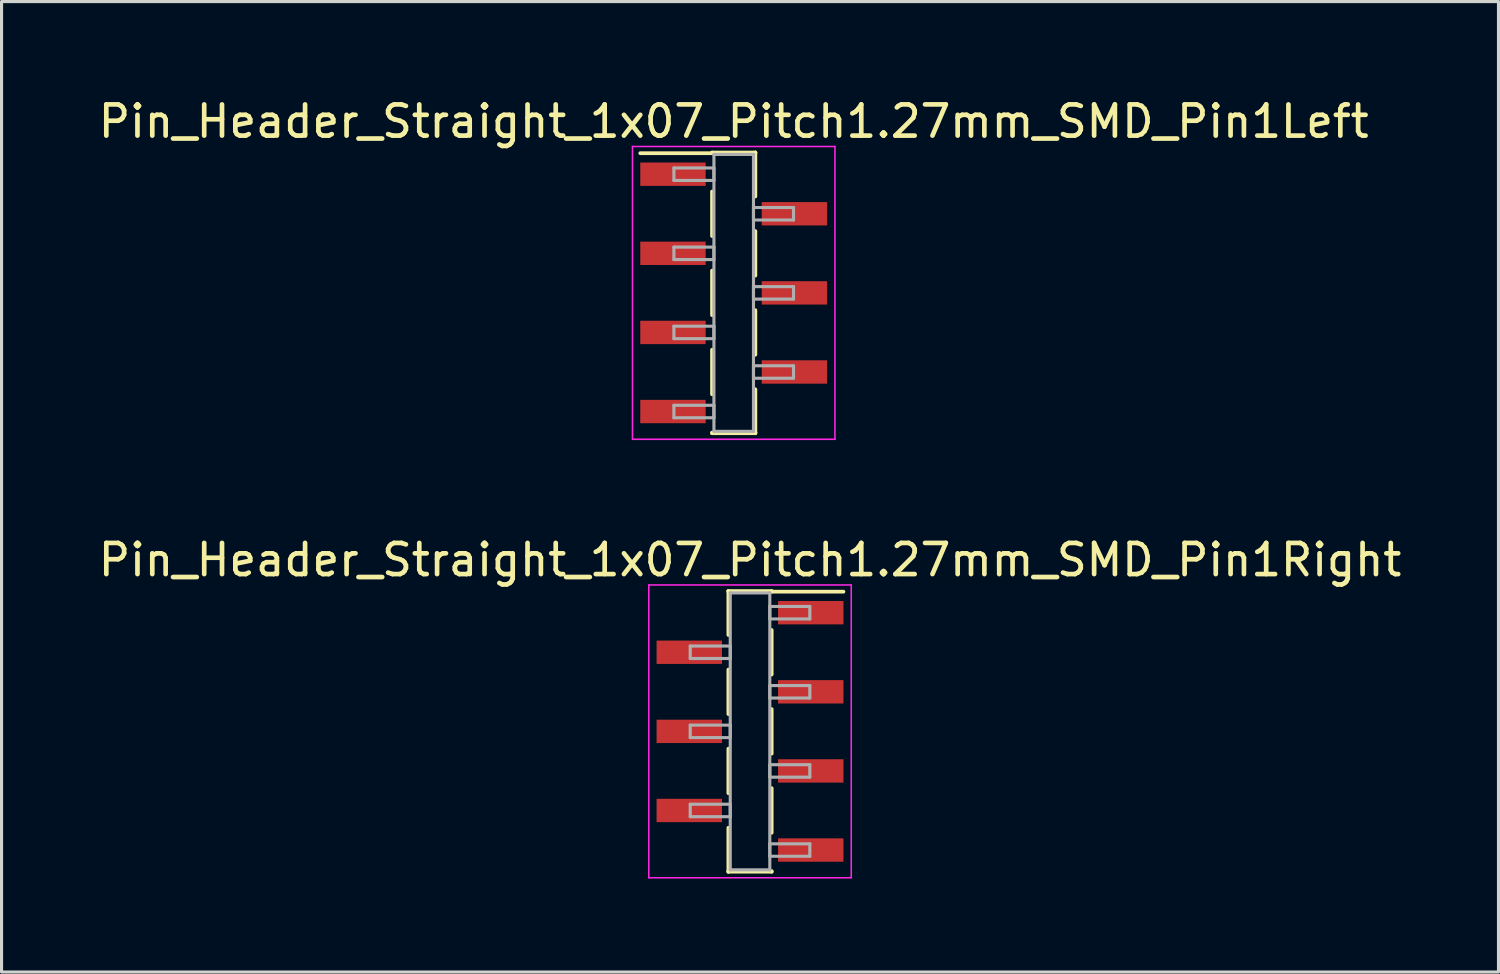
<source format=kicad_pcb>
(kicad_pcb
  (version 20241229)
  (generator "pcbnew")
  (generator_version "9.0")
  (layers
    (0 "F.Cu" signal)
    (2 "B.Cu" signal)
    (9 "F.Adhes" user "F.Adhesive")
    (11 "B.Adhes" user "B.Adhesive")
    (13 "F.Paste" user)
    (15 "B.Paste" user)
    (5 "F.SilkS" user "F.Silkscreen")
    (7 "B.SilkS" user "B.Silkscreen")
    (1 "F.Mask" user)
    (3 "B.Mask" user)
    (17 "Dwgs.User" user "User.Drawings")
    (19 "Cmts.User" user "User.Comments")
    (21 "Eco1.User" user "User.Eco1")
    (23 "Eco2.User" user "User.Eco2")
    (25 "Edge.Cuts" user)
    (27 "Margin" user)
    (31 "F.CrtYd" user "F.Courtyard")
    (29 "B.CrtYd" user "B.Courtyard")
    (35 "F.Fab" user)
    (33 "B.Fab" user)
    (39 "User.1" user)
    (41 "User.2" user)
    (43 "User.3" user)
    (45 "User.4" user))
  (footprint "Pin_Header_Straight_1x07_Pitch1.27mm_SMD_Pin1Left"
    (layer "F.Cu")
    (at 20.506 6.353)
    (property "Reference" "Pin_Header_Straight_1x07_Pitch1.27mm_SMD_Pin1Left" (at 0 -5.505 0) (layer "F.SilkS") (effects (font (size 1 1) (thickness 0.15))))
    (attr smd)
    (fp_line (start -0.695 -4.505) (end 0.695 -4.505) (stroke (width 0.12) (type solid)) (layer "F.SilkS"))
    (fp_line (start -0.695 -4.485) (end -3 -4.485) (stroke (width 0.12) (type solid)) (layer "F.SilkS"))
    (fp_line (start -0.695 -4.485) (end -0.695 -4.505) (stroke (width 0.12) (type solid)) (layer "F.SilkS"))
    (fp_line (start -0.695 -3.255) (end -0.695 -1.825) (stroke (width 0.12) (type solid)) (layer "F.SilkS"))
    (fp_line (start -0.695 -0.715) (end -0.695 0.715) (stroke (width 0.12) (type solid)) (layer "F.SilkS"))
    (fp_line (start -0.695 1.825) (end -0.695 3.255) (stroke (width 0.12) (type solid)) (layer "F.SilkS"))
    (fp_line (start -0.695 4.485) (end -0.695 4.505) (stroke (width 0.12) (type solid)) (layer "F.SilkS"))
    (fp_line (start -0.695 4.505) (end 0.695 4.505) (stroke (width 0.12) (type solid)) (layer "F.SilkS"))
    (fp_line (start 0.695 -4.505) (end 0.695 -4.485) (stroke (width 0.12) (type solid)) (layer "F.SilkS"))
    (fp_line (start 0.695 -4.505) (end 0.695 -3.095) (stroke (width 0.12) (type solid)) (layer "F.SilkS"))
    (fp_line (start 0.695 -1.985) (end 0.695 -0.555) (stroke (width 0.12) (type solid)) (layer "F.SilkS"))
    (fp_line (start 0.695 0.555) (end 0.695 1.985) (stroke (width 0.12) (type solid)) (layer "F.SilkS"))
    (fp_line (start 0.695 3.095) (end 0.695 4.505) (stroke (width 0.12) (type solid)) (layer "F.SilkS"))
    (fp_line (start 0.695 4.505) (end 0.695 4.485) (stroke (width 0.12) (type solid)) (layer "F.SilkS"))
    (fp_line (start -3.25 -4.7) (end -3.25 4.7) (stroke (width 0.05) (type solid)) (layer "F.CrtYd"))
    (fp_line (start -3.25 4.7) (end 3.25 4.7) (stroke (width 0.05) (type solid)) (layer "F.CrtYd"))
    (fp_line (start 3.25 -4.7) (end -3.25 -4.7) (stroke (width 0.05) (type solid)) (layer "F.CrtYd"))
    (fp_line (start 3.25 4.7) (end 3.25 -4.7) (stroke (width 0.05) (type solid)) (layer "F.CrtYd"))
    (fp_line (start -1.92 -4.01) (end -0.635 -4.01) (stroke (width 0.1) (type solid)) (layer "F.Fab"))
    (fp_line (start -1.92 -3.61) (end -1.92 -4.01) (stroke (width 0.1) (type solid)) (layer "F.Fab"))
    (fp_line (start -1.92 -1.47) (end -0.635 -1.47) (stroke (width 0.1) (type solid)) (layer "F.Fab"))
    (fp_line (start -1.92 -1.07) (end -1.92 -1.47) (stroke (width 0.1) (type solid)) (layer "F.Fab"))
    (fp_line (start -1.92 1.07) (end -0.635 1.07) (stroke (width 0.1) (type solid)) (layer "F.Fab"))
    (fp_line (start -1.92 1.47) (end -1.92 1.07) (stroke (width 0.1) (type solid)) (layer "F.Fab"))
    (fp_line (start -1.92 3.61) (end -0.635 3.61) (stroke (width 0.1) (type solid)) (layer "F.Fab"))
    (fp_line (start -1.92 4.01) (end -1.92 3.61) (stroke (width 0.1) (type solid)) (layer "F.Fab"))
    (fp_line (start -0.635 -4.445) (end -0.635 4.445) (stroke (width 0.1) (type solid)) (layer "F.Fab"))
    (fp_line (start -0.635 -4.01) (end -0.635 -3.61) (stroke (width 0.1) (type solid)) (layer "F.Fab"))
    (fp_line (start -0.635 -3.61) (end -1.92 -3.61) (stroke (width 0.1) (type solid)) (layer "F.Fab"))
    (fp_line (start -0.635 -1.47) (end -0.635 -1.07) (stroke (width 0.1) (type solid)) (layer "F.Fab"))
    (fp_line (start -0.635 -1.07) (end -1.92 -1.07) (stroke (width 0.1) (type solid)) (layer "F.Fab"))
    (fp_line (start -0.635 1.07) (end -0.635 1.47) (stroke (width 0.1) (type solid)) (layer "F.Fab"))
    (fp_line (start -0.635 1.47) (end -1.92 1.47) (stroke (width 0.1) (type solid)) (layer "F.Fab"))
    (fp_line (start -0.635 3.61) (end -0.635 4.01) (stroke (width 0.1) (type solid)) (layer "F.Fab"))
    (fp_line (start -0.635 4.01) (end -1.92 4.01) (stroke (width 0.1) (type solid)) (layer "F.Fab"))
    (fp_line (start -0.635 4.445) (end 0.635 4.445) (stroke (width 0.1) (type solid)) (layer "F.Fab"))
    (fp_line (start 0.635 -4.445) (end -0.635 -4.445) (stroke (width 0.1) (type solid)) (layer "F.Fab"))
    (fp_line (start 0.635 -2.74) (end 0.635 -2.34) (stroke (width 0.1) (type solid)) (layer "F.Fab"))
    (fp_line (start 0.635 -2.34) (end 1.92 -2.34) (stroke (width 0.1) (type solid)) (layer "F.Fab"))
    (fp_line (start 0.635 -0.2) (end 0.635 0.2) (stroke (width 0.1) (type solid)) (layer "F.Fab"))
    (fp_line (start 0.635 0.2) (end 1.92 0.2) (stroke (width 0.1) (type solid)) (layer "F.Fab"))
    (fp_line (start 0.635 2.34) (end 0.635 2.74) (stroke (width 0.1) (type solid)) (layer "F.Fab"))
    (fp_line (start 0.635 2.74) (end 1.92 2.74) (stroke (width 0.1) (type solid)) (layer "F.Fab"))
    (fp_line (start 0.635 4.445) (end 0.635 -4.445) (stroke (width 0.1) (type solid)) (layer "F.Fab"))
    (fp_line (start 1.92 -2.74) (end 0.635 -2.74) (stroke (width 0.1) (type solid)) (layer "F.Fab"))
    (fp_line (start 1.92 -2.34) (end 1.92 -2.74) (stroke (width 0.1) (type solid)) (layer "F.Fab"))
    (fp_line (start 1.92 -0.2) (end 0.635 -0.2) (stroke (width 0.1) (type solid)) (layer "F.Fab"))
    (fp_line (start 1.92 0.2) (end 1.92 -0.2) (stroke (width 0.1) (type solid)) (layer "F.Fab"))
    (fp_line (start 1.92 2.34) (end 0.635 2.34) (stroke (width 0.1) (type solid)) (layer "F.Fab"))
    (fp_line (start 1.92 2.74) (end 1.92 2.34) (stroke (width 0.1) (type solid)) (layer "F.Fab"))
    (pad "1" smd rect (at -1.95 -3.81) (size 2.1 0.75) (layers "F.Cu" "F.Mask"))
    (pad "2" smd rect (at 1.95 -2.54) (size 2.1 0.75) (layers "F.Cu" "F.Mask"))
    (pad "3" smd rect (at -1.95 -1.27) (size 2.1 0.75) (layers "F.Cu" "F.Mask"))
    (pad "4" smd rect (at 1.95 0) (size 2.1 0.75) (layers "F.Cu" "F.Mask"))
    (pad "5" smd rect (at -1.95 1.27) (size 2.1 0.75) (layers "F.Cu" "F.Mask"))
    (pad "6" smd rect (at 1.95 2.54) (size 2.1 0.75) (layers "F.Cu" "F.Mask"))
    (pad "7" smd rect (at -1.95 3.81) (size 2.1 0.75) (layers "F.Cu" "F.Mask")))
  (footprint "Pin_Header_Straight_1x07_Pitch1.27mm_SMD_Pin1Right"
    (layer "F.Cu")
    (at 21.03 20.431)
    (property "Reference" "Pin_Header_Straight_1x07_Pitch1.27mm_SMD_Pin1Right" (at 0 -5.505 0) (layer "F.SilkS") (effects (font (size 1 1) (thickness 0.15))))
    (attr smd)
    (fp_line (start -0.695 -4.505) (end -0.695 -3.095) (stroke (width 0.12) (type solid)) (layer "F.SilkS"))
    (fp_line (start -0.695 -4.505) (end 0.695 -4.505) (stroke (width 0.12) (type solid)) (layer "F.SilkS"))
    (fp_line (start -0.695 -4.485) (end -0.695 -4.505) (stroke (width 0.12) (type solid)) (layer "F.SilkS"))
    (fp_line (start -0.695 -1.985) (end -0.695 -0.555) (stroke (width 0.12) (type solid)) (layer "F.SilkS"))
    (fp_line (start -0.695 0.555) (end -0.695 1.985) (stroke (width 0.12) (type solid)) (layer "F.SilkS"))
    (fp_line (start -0.695 3.095) (end -0.695 4.505) (stroke (width 0.12) (type solid)) (layer "F.SilkS"))
    (fp_line (start -0.695 4.485) (end -0.695 4.505) (stroke (width 0.12) (type solid)) (layer "F.SilkS"))
    (fp_line (start -0.695 4.505) (end 0.695 4.505) (stroke (width 0.12) (type solid)) (layer "F.SilkS"))
    (fp_line (start 0.695 -4.505) (end 0.695 -4.485) (stroke (width 0.12) (type solid)) (layer "F.SilkS"))
    (fp_line (start 0.695 -4.485) (end 3 -4.485) (stroke (width 0.12) (type solid)) (layer "F.SilkS"))
    (fp_line (start 0.695 -3.255) (end 0.695 -1.825) (stroke (width 0.12) (type solid)) (layer "F.SilkS"))
    (fp_line (start 0.695 -0.715) (end 0.695 0.715) (stroke (width 0.12) (type solid)) (layer "F.SilkS"))
    (fp_line (start 0.695 1.825) (end 0.695 3.255) (stroke (width 0.12) (type solid)) (layer "F.SilkS"))
    (fp_line (start 0.695 4.505) (end 0.695 4.485) (stroke (width 0.12) (type solid)) (layer "F.SilkS"))
    (fp_line (start -3.25 -4.7) (end -3.25 4.7) (stroke (width 0.05) (type solid)) (layer "F.CrtYd"))
    (fp_line (start -3.25 4.7) (end 3.25 4.7) (stroke (width 0.05) (type solid)) (layer "F.CrtYd"))
    (fp_line (start 3.25 -4.7) (end -3.25 -4.7) (stroke (width 0.05) (type solid)) (layer "F.CrtYd"))
    (fp_line (start 3.25 4.7) (end 3.25 -4.7) (stroke (width 0.05) (type solid)) (layer "F.CrtYd"))
    (fp_line (start -1.92 -2.74) (end -0.635 -2.74) (stroke (width 0.1) (type solid)) (layer "F.Fab"))
    (fp_line (start -1.92 -2.34) (end -1.92 -2.74) (stroke (width 0.1) (type solid)) (layer "F.Fab"))
    (fp_line (start -1.92 -0.2) (end -0.635 -0.2) (stroke (width 0.1) (type solid)) (layer "F.Fab"))
    (fp_line (start -1.92 0.2) (end -1.92 -0.2) (stroke (width 0.1) (type solid)) (layer "F.Fab"))
    (fp_line (start -1.92 2.34) (end -0.635 2.34) (stroke (width 0.1) (type solid)) (layer "F.Fab"))
    (fp_line (start -1.92 2.74) (end -1.92 2.34) (stroke (width 0.1) (type solid)) (layer "F.Fab"))
    (fp_line (start -0.635 -4.445) (end -0.635 4.445) (stroke (width 0.1) (type solid)) (layer "F.Fab"))
    (fp_line (start -0.635 -2.74) (end -0.635 -2.34) (stroke (width 0.1) (type solid)) (layer "F.Fab"))
    (fp_line (start -0.635 -2.34) (end -1.92 -2.34) (stroke (width 0.1) (type solid)) (layer "F.Fab"))
    (fp_line (start -0.635 -0.2) (end -0.635 0.2) (stroke (width 0.1) (type solid)) (layer "F.Fab"))
    (fp_line (start -0.635 0.2) (end -1.92 0.2) (stroke (width 0.1) (type solid)) (layer "F.Fab"))
    (fp_line (start -0.635 2.34) (end -0.635 2.74) (stroke (width 0.1) (type solid)) (layer "F.Fab"))
    (fp_line (start -0.635 2.74) (end -1.92 2.74) (stroke (width 0.1) (type solid)) (layer "F.Fab"))
    (fp_line (start -0.635 4.445) (end 0.635 4.445) (stroke (width 0.1) (type solid)) (layer "F.Fab"))
    (fp_line (start 0.635 -4.445) (end -0.635 -4.445) (stroke (width 0.1) (type solid)) (layer "F.Fab"))
    (fp_line (start 0.635 -4.01) (end 0.635 -3.61) (stroke (width 0.1) (type solid)) (layer "F.Fab"))
    (fp_line (start 0.635 -3.61) (end 1.92 -3.61) (stroke (width 0.1) (type solid)) (layer "F.Fab"))
    (fp_line (start 0.635 -1.47) (end 0.635 -1.07) (stroke (width 0.1) (type solid)) (layer "F.Fab"))
    (fp_line (start 0.635 -1.07) (end 1.92 -1.07) (stroke (width 0.1) (type solid)) (layer "F.Fab"))
    (fp_line (start 0.635 1.07) (end 0.635 1.47) (stroke (width 0.1) (type solid)) (layer "F.Fab"))
    (fp_line (start 0.635 1.47) (end 1.92 1.47) (stroke (width 0.1) (type solid)) (layer "F.Fab"))
    (fp_line (start 0.635 3.61) (end 0.635 4.01) (stroke (width 0.1) (type solid)) (layer "F.Fab"))
    (fp_line (start 0.635 4.01) (end 1.92 4.01) (stroke (width 0.1) (type solid)) (layer "F.Fab"))
    (fp_line (start 0.635 4.445) (end 0.635 -4.445) (stroke (width 0.1) (type solid)) (layer "F.Fab"))
    (fp_line (start 1.92 -4.01) (end 0.635 -4.01) (stroke (width 0.1) (type solid)) (layer "F.Fab"))
    (fp_line (start 1.92 -3.61) (end 1.92 -4.01) (stroke (width 0.1) (type solid)) (layer "F.Fab"))
    (fp_line (start 1.92 -1.47) (end 0.635 -1.47) (stroke (width 0.1) (type solid)) (layer "F.Fab"))
    (fp_line (start 1.92 -1.07) (end 1.92 -1.47) (stroke (width 0.1) (type solid)) (layer "F.Fab"))
    (fp_line (start 1.92 1.07) (end 0.635 1.07) (stroke (width 0.1) (type solid)) (layer "F.Fab"))
    (fp_line (start 1.92 1.47) (end 1.92 1.07) (stroke (width 0.1) (type solid)) (layer "F.Fab"))
    (fp_line (start 1.92 3.61) (end 0.635 3.61) (stroke (width 0.1) (type solid)) (layer "F.Fab"))
    (fp_line (start 1.92 4.01) (end 1.92 3.61) (stroke (width 0.1) (type solid)) (layer "F.Fab"))
    (pad "1" smd rect (at 1.95 -3.81) (size 2.1 0.75) (layers "F.Cu" "F.Mask"))
    (pad "2" smd rect (at -1.95 -2.54) (size 2.1 0.75) (layers "F.Cu" "F.Mask"))
    (pad "3" smd rect (at 1.95 -1.27) (size 2.1 0.75) (layers "F.Cu" "F.Mask"))
    (pad "4" smd rect (at -1.95 0) (size 2.1 0.75) (layers "F.Cu" "F.Mask"))
    (pad "5" smd rect (at 1.95 1.27) (size 2.1 0.75) (layers "F.Cu" "F.Mask"))
    (pad "6" smd rect (at -1.95 2.54) (size 2.1 0.75) (layers "F.Cu" "F.Mask"))
    (pad "7" smd rect (at 1.95 3.81) (size 2.1 0.75) (layers "F.Cu" "F.Mask")))
  (gr_rect
    (start -3 -3)
    (end 45.06 28.157)
    (stroke (width 0.1) (type default))
    (fill no)
    (layer "Edge.Cuts")))
</source>
